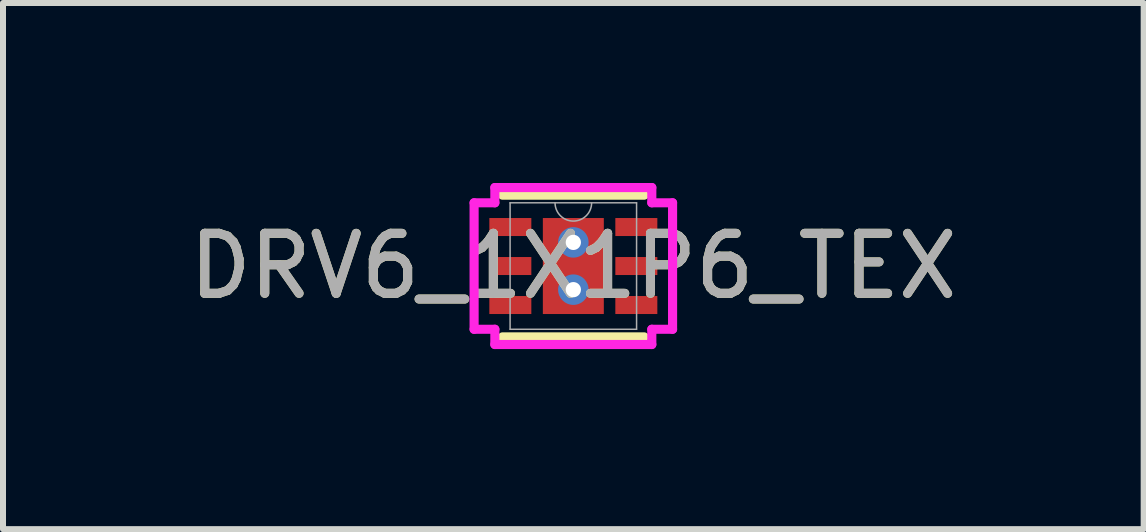
<source format=kicad_pcb>
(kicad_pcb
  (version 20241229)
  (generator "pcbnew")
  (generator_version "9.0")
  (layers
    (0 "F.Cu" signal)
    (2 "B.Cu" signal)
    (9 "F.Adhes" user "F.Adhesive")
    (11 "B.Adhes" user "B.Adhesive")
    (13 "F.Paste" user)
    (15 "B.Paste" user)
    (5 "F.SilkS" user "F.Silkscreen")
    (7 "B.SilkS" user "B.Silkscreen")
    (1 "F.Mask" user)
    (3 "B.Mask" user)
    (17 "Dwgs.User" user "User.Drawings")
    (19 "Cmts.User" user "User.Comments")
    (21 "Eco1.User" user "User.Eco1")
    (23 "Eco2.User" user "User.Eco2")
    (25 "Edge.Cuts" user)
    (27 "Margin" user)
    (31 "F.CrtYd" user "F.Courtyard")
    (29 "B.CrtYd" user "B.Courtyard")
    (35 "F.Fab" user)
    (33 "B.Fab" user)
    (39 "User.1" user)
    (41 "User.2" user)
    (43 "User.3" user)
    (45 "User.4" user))
  (footprint "DRV6_1X1P6_TEX"
    (layer "F.Cu")
    (at 6.506 1.384)
    (property "Reference" "DRV6_1X1P6_TEX" (at 0 0 0) (unlocked yes) (layer "F.SilkS") (effects (font (size 1 1) (thickness 0.15))))
    (attr smd)
    (fp_poly (pts (xy -0.572 -0.864) (xy -0.2 -0.864) (xy -0.2 0.864) (xy -0.572 0.864)) (stroke (width 0) (type solid)) (fill yes) (layer "F.Mask"))
    (fp_poly (pts (xy -0.572 -0.864) (xy 0.572 -0.864) (xy 0.572 -0.594) (xy -0.572 -0.594)) (stroke (width 0) (type solid)) (fill yes) (layer "F.Mask"))
    (fp_poly (pts (xy -0.572 -0.194) (xy 0.572 -0.194) (xy 0.572 0.194) (xy -0.572 0.194)) (stroke (width 0) (type solid)) (fill yes) (layer "F.Mask"))
    (fp_poly (pts (xy -0.572 0.594) (xy 0.572 0.594) (xy 0.572 0.864) (xy -0.572 0.864)) (stroke (width 0) (type solid)) (fill yes) (layer "F.Mask"))
    (fp_poly (pts (xy 0.2 -0.864) (xy 0.572 -0.864) (xy 0.572 0.864) (xy 0.2 0.864)) (stroke (width 0) (type solid)) (fill yes) (layer "F.Mask"))
    (fp_line (start -1.181 1.181) (end 1.181 1.181) (stroke (width 0.152) (type solid)) (layer "F.SilkS"))
    (fp_line (start 1.181 -1.181) (end -1.181 -1.181) (stroke (width 0.152) (type solid)) (layer "F.SilkS"))
    (fp_poly (pts (xy -0.433 -0.725) (xy -0.433 -0.494) (xy -0.241 -0.494) (xy -0.1 -0.635) (xy -0.1 -0.725)) (stroke (width 0) (type solid)) (fill yes) (layer "F.Paste"))
    (fp_poly (pts (xy -0.433 0.494) (xy -0.433 0.725) (xy -0.1 0.725) (xy -0.1 0.635) (xy -0.241 0.494)) (stroke (width 0) (type solid)) (fill yes) (layer "F.Paste"))
    (fp_poly (pts (xy 0.1 -0.725) (xy 0.1 -0.635) (xy 0.241 -0.494) (xy 0.433 -0.494) (xy 0.433 -0.725)) (stroke (width 0) (type solid)) (fill yes) (layer "F.Paste"))
    (fp_poly (pts (xy 0.241 0.494) (xy 0.1 0.635) (xy 0.1 0.725) (xy 0.433 0.725) (xy 0.433 0.494)) (stroke (width 0) (type solid)) (fill yes) (layer "F.Paste"))
    (fp_poly (pts (xy -0.433 -0.294) (xy -0.433 0.294) (xy -0.241 0.294) (xy -0.1 0.152) (xy -0.1 -0.152) (xy -0.241 -0.294)) (stroke (width 0) (type solid)) (fill yes) (layer "F.Paste"))
    (fp_poly (pts (xy 0.241 -0.294) (xy 0.1 -0.152) (xy 0.1 0.152) (xy 0.241 0.294) (xy 0.433 0.294) (xy 0.433 -0.294)) (stroke (width 0) (type solid)) (fill yes) (layer "F.Paste"))
    (fp_line (start -1.654 -1.054) (end -1.308 -1.054) (stroke (width 0.152) (type solid)) (layer "F.CrtYd"))
    (fp_line (start -1.654 1.054) (end -1.654 -1.054) (stroke (width 0.152) (type solid)) (layer "F.CrtYd"))
    (fp_line (start -1.654 1.054) (end -1.308 1.054) (stroke (width 0.152) (type solid)) (layer "F.CrtYd"))
    (fp_line (start -1.308 -1.308) (end 1.308 -1.308) (stroke (width 0.152) (type solid)) (layer "F.CrtYd"))
    (fp_line (start -1.308 -1.054) (end -1.308 -1.308) (stroke (width 0.152) (type solid)) (layer "F.CrtYd"))
    (fp_line (start -1.308 1.308) (end -1.308 1.054) (stroke (width 0.152) (type solid)) (layer "F.CrtYd"))
    (fp_line (start 1.308 -1.308) (end 1.308 -1.054) (stroke (width 0.152) (type solid)) (layer "F.CrtYd"))
    (fp_line (start 1.308 1.054) (end 1.308 1.308) (stroke (width 0.152) (type solid)) (layer "F.CrtYd"))
    (fp_line (start 1.308 1.308) (end -1.308 1.308) (stroke (width 0.152) (type solid)) (layer "F.CrtYd"))
    (fp_line (start 1.654 -1.054) (end 1.308 -1.054) (stroke (width 0.152) (type solid)) (layer "F.CrtYd"))
    (fp_line (start 1.654 -1.054) (end 1.654 1.054) (stroke (width 0.152) (type solid)) (layer "F.CrtYd"))
    (fp_line (start 1.654 1.054) (end 1.308 1.054) (stroke (width 0.152) (type solid)) (layer "F.CrtYd"))
    (fp_line (start -1.054 -1.054) (end -1.054 1.054) (stroke (width 0.025) (type solid)) (layer "F.Fab"))
    (fp_line (start -1.054 1.054) (end 1.054 1.054) (stroke (width 0.025) (type solid)) (layer "F.Fab"))
    (fp_line (start 1.054 -1.054) (end -1.054 -1.054) (stroke (width 0.025) (type solid)) (layer "F.Fab"))
    (fp_line (start 1.054 1.054) (end 1.054 -1.054) (stroke (width 0.025) (type solid)) (layer "F.Fab"))
    (fp_arc (start 0.3048 -1.0541) (mid 0 -0.7493) (end -0.3048 -1.0541) (stroke (width 0.0254) (type solid)) (layer "F.Fab"))
    (fp_text user "${REFERENCE}" (at 0 0 0) (unlocked yes) (layer "F.Fab") (effects (font (size 1 1) (thickness 0.15))))
    (pad "1" smd rect (at -1.05 -0.65) (size 0.7 0.3) (layers "F.Cu" "F.Mask" "F.Paste"))
    (pad "2" smd rect (at -1.05 0) (size 0.7 0.3) (layers "F.Cu" "F.Mask" "F.Paste"))
    (pad "3" smd rect (at -1.05 0.65) (size 0.7 0.3) (layers "F.Cu" "F.Mask" "F.Paste"))
    (pad "4" smd rect (at 1.05 0.65) (size 0.7 0.3) (layers "F.Cu" "F.Mask" "F.Paste"))
    (pad "5" smd rect (at 1.05 0) (size 0.7 0.3) (layers "F.Cu" "F.Mask" "F.Paste"))
    (pad "6" smd rect (at 1.05 -0.65) (size 0.7 0.3) (layers "F.Cu" "F.Mask" "F.Paste"))
    (pad "7" smd rect (at 0 0) (size 1.016 1.6) (layers "F.Cu"))
    (pad "V" thru_hole circle (at 0 -0.394) (size 0.508 0.508) (drill 0.254) (layers "*.Cu" "*.Mask"))
    (pad "V" thru_hole circle (at 0 0.394) (size 0.508 0.508) (drill 0.254) (layers "*.Cu" "*.Mask")))
  (gr_rect
    (start -3 -3)
    (end 16.012 5.769)
    (stroke (width 0.1) (type default))
    (fill no)
    (layer "Edge.Cuts")))
</source>
